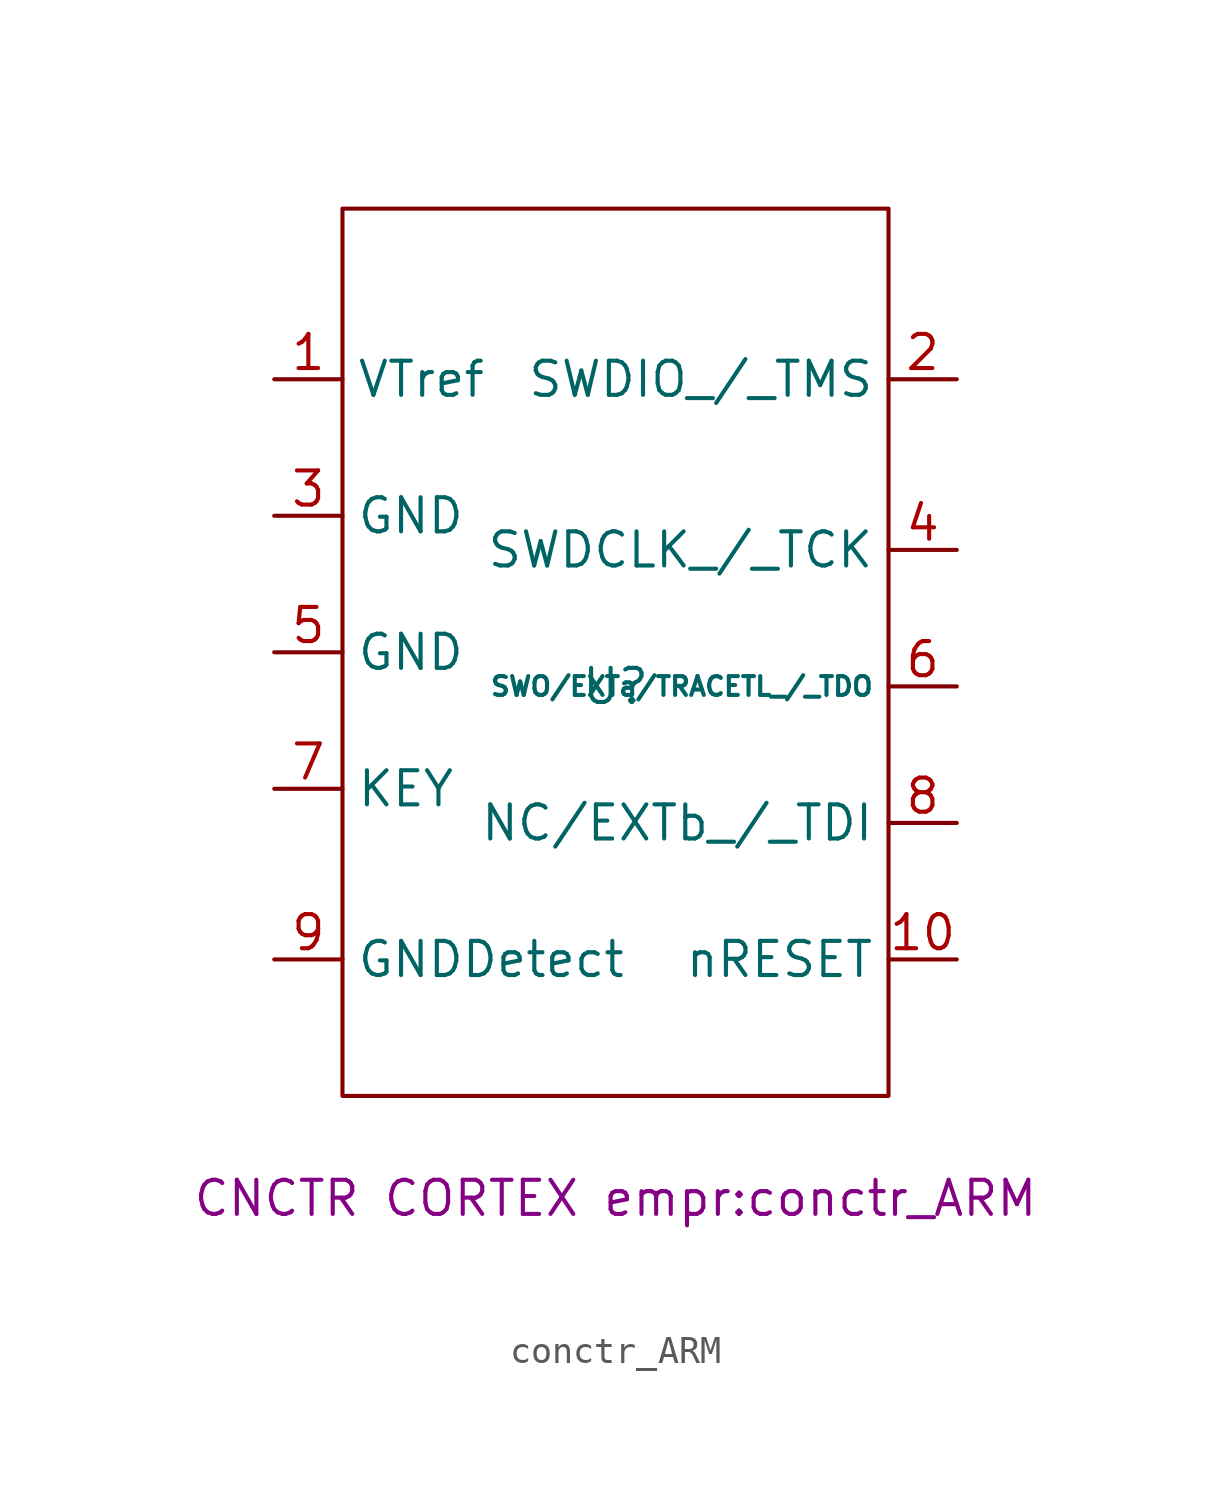
<source format=kicad_sym>
(kicad_symbol_lib
  (version 20220914)
  (generator kicad_symbol_editor)
  (symbol "conctr_ARM"
    (property "Reference" "U"
      (at 1.27 0 0)
      (effects (font (size 1.27 1.27))))
    (property "Value" ""
      (at -3.81 0 0)
      (effects (font (size 1.27 1.27))))
    (property "Footprint" "CNCTR CORTEX empr:conctr_ARM"
      (at 1.27 -19.05 0)
      (effects (font (size 1.27 1.27))))
    (symbol "conctr_ARM_0_1"
      (polyline (pts (xy -8.89 17.78) (xy -8.89 -15.24) (xy 11.43 -15.24) (xy 11.43 17.78) (xy -8.89 17.78)) (stroke (width 0) (type default)) (fill (type none))))
    (symbol "conctr_ARM_1_1"
      (pin power_in line (at -11.43 11.43 0) (length 2.54) (name "VTref" (effects (font (size 1.27 1.27)))) (number "1" (effects (font (size 1.27 1.27)))))
      (pin input line (at 13.97 -10.16 180) (length 2.54) (name "nRESET" (effects (font (size 1.27 1.27)))) (number "10" (effects (font (size 1.27 1.27)))))
      (pin bidirectional line (at 13.97 11.43 180) (length 2.54) (name "SWDIO_/_TMS" (effects (font (size 1.27 1.27)))) (number "2" (effects (font (size 1.27 1.27)))))
      (pin power_in line (at -11.43 6.35 0) (length 2.54) (name "GND" (effects (font (size 1.27 1.27)))) (number "3" (effects (font (size 1.27 1.27)))))
      (pin input line (at 13.97 5.08 180) (length 2.54) (name "SWDCLK_/_TCK" (effects (font (size 1.27 1.27)))) (number "4" (effects (font (size 1.27 1.27)))))
      (pin power_in line (at -11.43 1.27 0) (length 2.54) (name "GND" (effects (font (size 1.27 1.27)))) (number "5" (effects (font (size 1.27 1.27)))))
      (pin bidirectional line (at 13.97 0 180) (length 2.54) (name "SWO/EXTa/TRACETL_/_TDO" (effects (font (size 0.7 0.7)))) (number "6" (effects (font (size 1.27 1.27)))))
      (pin input line (at -11.43 -3.81 0) (length 2.54) (name "KEY" (effects (font (size 1.27 1.27)))) (number "7" (effects (font (size 1.27 1.27)))))
      (pin passive line (at 13.97 -5.08 180) (length 2.54) (name "NC/EXTb_/_TDI" (effects (font (size 1.27 1.27)))) (number "8" (effects (font (size 1.27 1.27)))))
      (pin power_in line (at -11.43 -10.16 0) (length 2.54) (name "GNDDetect" (effects (font (size 1.27 1.27)))) (number "9" (effects (font (size 1.27 1.27))))))))
</source>
